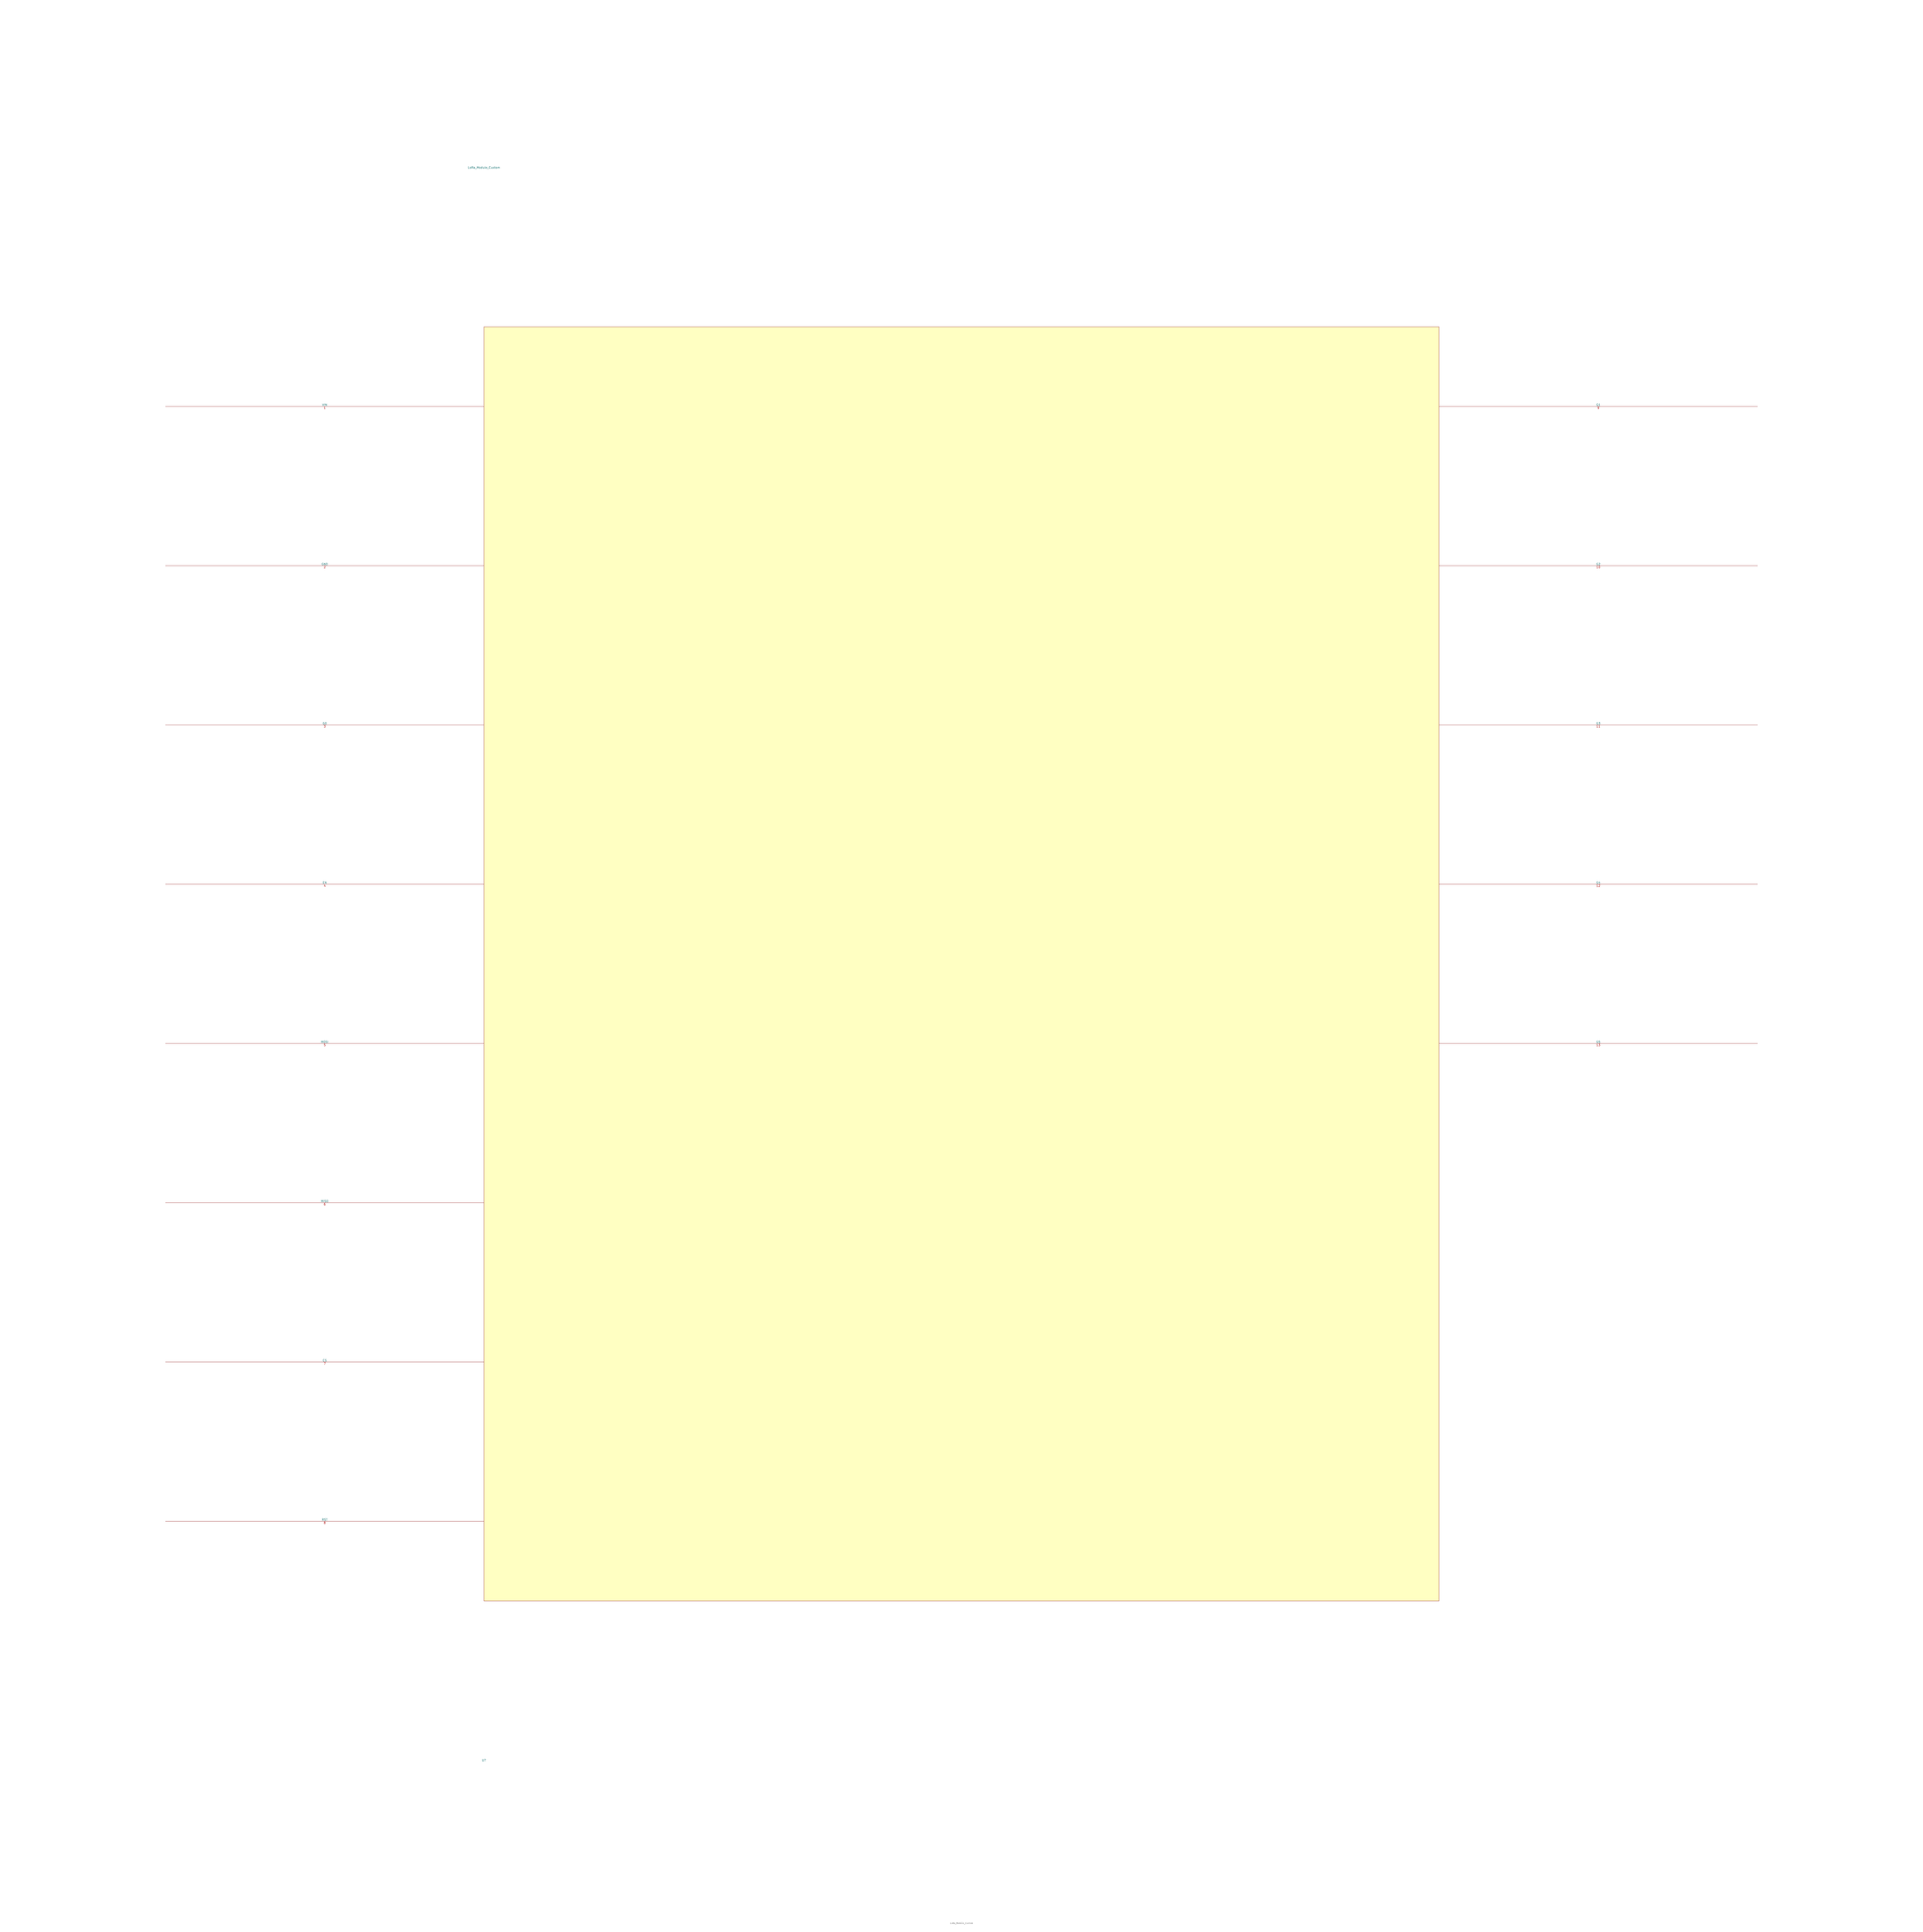
<source format=kicad_sym>
(kicad_symbol_lib
  (version 20211014)
  (generator ChatGPT)
  (symbol "LoRa_Module_Custom"
    (pin_names
      (offset 0))
    (property "Reference" "U"
      (at 0 -500.0 0)
      (effects (font (size 1.27 1.27))))
    (property "Value" "LoRa_Module_Custom"
      (at 0 500.0 0)
      (effects (font (size 1.27 1.27))))
    (property "Footprint" ""
      (at 0 0 0)
      (effects (font (size 1.27 1.27))))
    (property "Datasheet" ""
      (at 0 0 0)
      (effects (font (size 1.27 1.27))))
    (rectangle
      (start 0 400.0)
      (end 600 -400.0)
      (stroke (width 0.15) (type solid))
      (fill (type background)))
    (pin passive line
      (at 0 350.0 180)
      (length 200)
      (name "VIN" (effects (font (size 1.27 1.27))))
      (number "1" (effects (font (size 1.27 1.27)))))
    (pin passive line
      (at 0 250.0 180)
      (length 200)
      (name "GND" (effects (font (size 1.27 1.27))))
      (number "2" (effects (font (size 1.27 1.27)))))
    (pin passive line
      (at 0 150.0 180)
      (length 200)
      (name "G0" (effects (font (size 1.27 1.27))))
      (number "3" (effects (font (size 1.27 1.27)))))
    (pin passive line
      (at 0 50.0 180)
      (length 200)
      (name "EN" (effects (font (size 1.27 1.27))))
      (number "4" (effects (font (size 1.27 1.27)))))
    (pin passive line
      (at 0 -50.0 180)
      (length 200)
      (name "MOSI" (effects (font (size 1.27 1.27))))
      (number "5" (effects (font (size 1.27 1.27)))))
    (pin passive line
      (at 0 -150.0 180)
      (length 200)
      (name "MISO" (effects (font (size 1.27 1.27))))
      (number "6" (effects (font (size 1.27 1.27)))))
    (pin passive line
      (at 0 -250.0 180)
      (length 200)
      (name "CS" (effects (font (size 1.27 1.27))))
      (number "7" (effects (font (size 1.27 1.27)))))
    (pin passive line
      (at 0 -350.0 180)
      (length 200)
      (name "RST" (effects (font (size 1.27 1.27))))
      (number "8" (effects (font (size 1.27 1.27)))))
    (pin passive line
      (at 600 350.0 0)
      (length 200)
      (name "G1" (effects (font (size 1.27 1.27))))
      (number "9" (effects (font (size 1.27 1.27)))))
    (pin passive line
      (at 600 250.0 0)
      (length 200)
      (name "G2" (effects (font (size 1.27 1.27))))
      (number "10" (effects (font (size 1.27 1.27)))))
    (pin passive line
      (at 600 150.0 0)
      (length 200)
      (name "G3" (effects (font (size 1.27 1.27))))
      (number "11" (effects (font (size 1.27 1.27)))))
    (pin passive line
      (at 600 50.0 0)
      (length 200)
      (name "G4" (effects (font (size 1.27 1.27))))
      (number "12" (effects (font (size 1.27 1.27)))))
    (pin passive line
      (at 600 -50.0 0)
      (length 200)
      (name "G5" (effects (font (size 1.27 1.27))))
      (number "13" (effects (font (size 1.27 1.27)))))))
</source>
